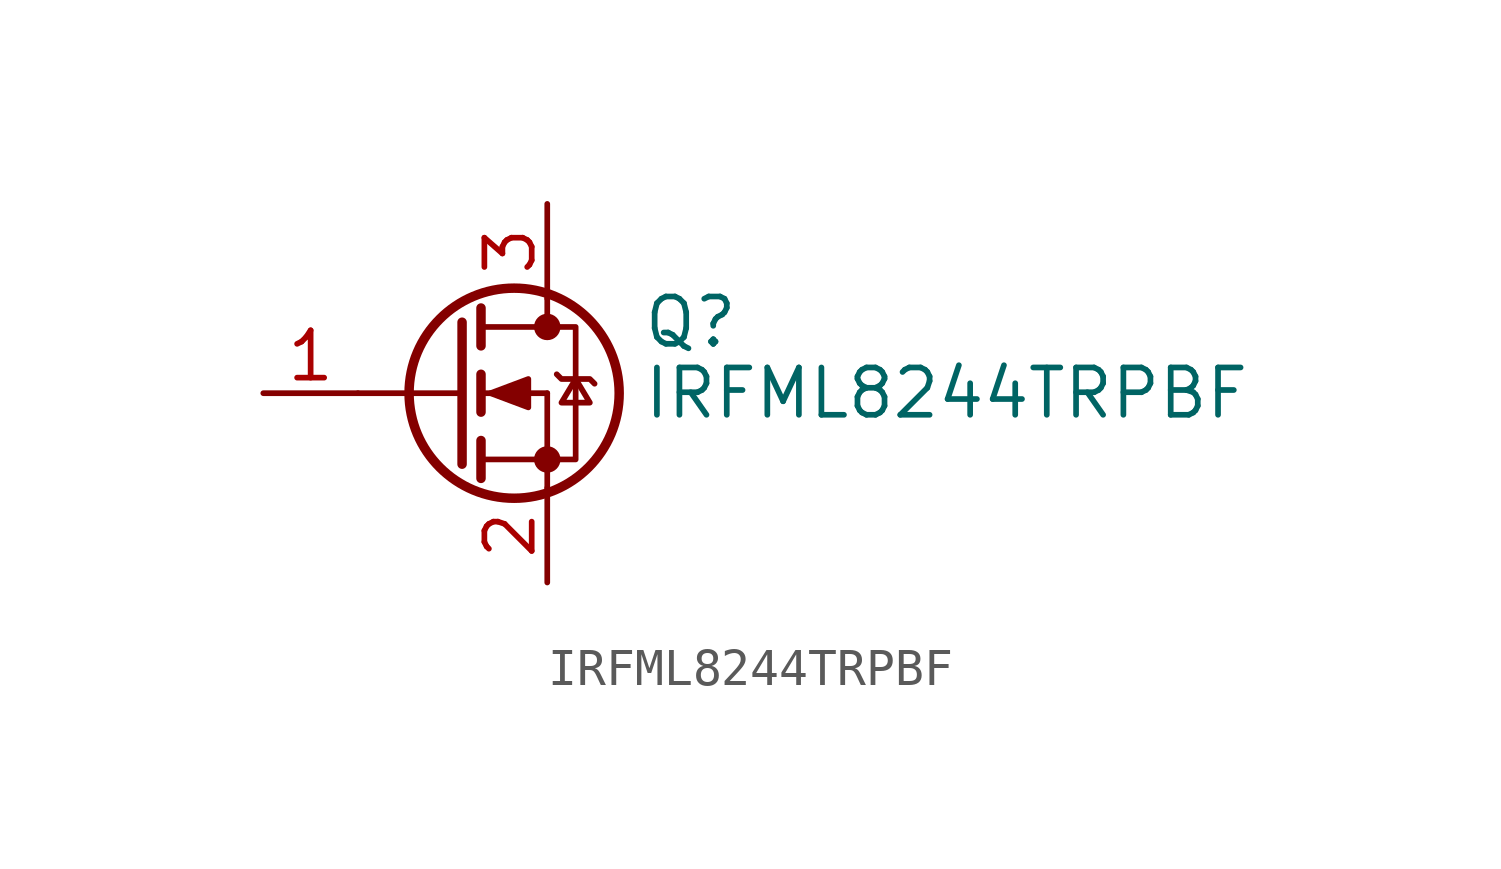
<source format=kicad_sym>
(kicad_symbol_lib
  (version 20231120)
  (generator "kicad_symbol_editor")
  (generator_version "8.0")
  (symbol "IRFML8244TRPBF"
    (pin_names
      (offset 0) hide)
    (property "Reference" "Q"
      (at 5.08 1.905 0)
      (effects (font (size 1.27 1.27)) (justify left)))
    (property "Value" "IRFML8244TRPBF"
      (at 5.08 0 0)
      (effects (font (size 1.27 1.27)) (justify left)))
    (symbol "IRFML8244TRPBF_0_1"
      (polyline (pts (xy -2.54 0) (xy 0.254 0)) (stroke (width 0) (type solid)) (fill (type none)))
      (polyline (pts (xy 0.762 -1.778) (xy 2.54 -1.778)) (stroke (width 0) (type solid)) (fill (type none)))
      (polyline (pts (xy 0.762 -1.27) (xy 0.762 -2.286)) (stroke (width 0.254) (type solid)) (fill (type none)))
      (polyline (pts (xy 0.762 0) (xy 2.54 0)) (stroke (width 0) (type solid)) (fill (type none)))
      (polyline (pts (xy 0.762 0.508) (xy 0.762 -0.508)) (stroke (width 0.254) (type solid)) (fill (type none)))
      (polyline (pts (xy 0.762 1.778) (xy 2.54 1.778)) (stroke (width 0) (type solid)) (fill (type none)))
      (polyline (pts (xy 0.762 2.286) (xy 0.762 1.27)) (stroke (width 0.254) (type solid)) (fill (type none)))
      (polyline (pts (xy 2.54 -1.778) (xy 2.54 -2.54)) (stroke (width 0) (type solid)) (fill (type none)))
      (polyline (pts (xy 2.54 -1.778) (xy 2.54 0)) (stroke (width 0) (type solid)) (fill (type none)))
      (polyline (pts (xy 2.54 2.54) (xy 2.54 1.778)) (stroke (width 0) (type solid)) (fill (type none)))
      (polyline (pts (xy 0.254 1.905) (xy 0.254 -1.905) (xy 0.254 -1.905)) (stroke (width 0.254) (type solid)) (fill (type none)))
      (polyline (pts (xy 1.016 0) (xy 2.032 0.381) (xy 2.032 -0.381) (xy 1.016 0)) (stroke (width 0) (type solid)) (fill (type outline)))
      (polyline (pts (xy 2.54 -1.778) (xy 3.302 -1.778) (xy 3.302 1.778) (xy 2.54 1.778)) (stroke (width 0) (type solid)) (fill (type none)))
      (polyline (pts (xy 2.794 0.508) (xy 2.921 0.381) (xy 3.683 0.381) (xy 3.81 0.254)) (stroke (width 0) (type solid)) (fill (type none)))
      (polyline (pts (xy 3.302 0.381) (xy 2.921 -0.254) (xy 3.683 -0.254) (xy 3.302 0.381)) (stroke (width 0) (type solid)) (fill (type none)))
      (circle (center 1.651 0) (radius 2.819) (stroke (width 0.254) (type solid)) (fill (type none)))
      (circle (center 2.54 -1.778) (radius 0.279) (stroke (width 0) (type solid)) (fill (type outline)))
      (circle (center 2.54 1.778) (radius 0.279) (stroke (width 0) (type solid)) (fill (type outline))))
    (symbol "IRFML8244TRPBF_1_1"
      (pin input line (at -5.08 0 0) (length 2.54) (name "G" (effects (font (size 1.27 1.27)))) (number "1" (effects (font (size 1.27 1.27)))))
      (pin passive line (at 2.54 -5.08 90) (length 2.54) (name "S" (effects (font (size 1.27 1.27)))) (number "2" (effects (font (size 1.27 1.27)))))
      (pin output line (at 2.54 5.08 270) (length 2.54) (name "D" (effects (font (size 1.27 1.27)))) (number "3" (effects (font (size 1.27 1.27))))))))
</source>
